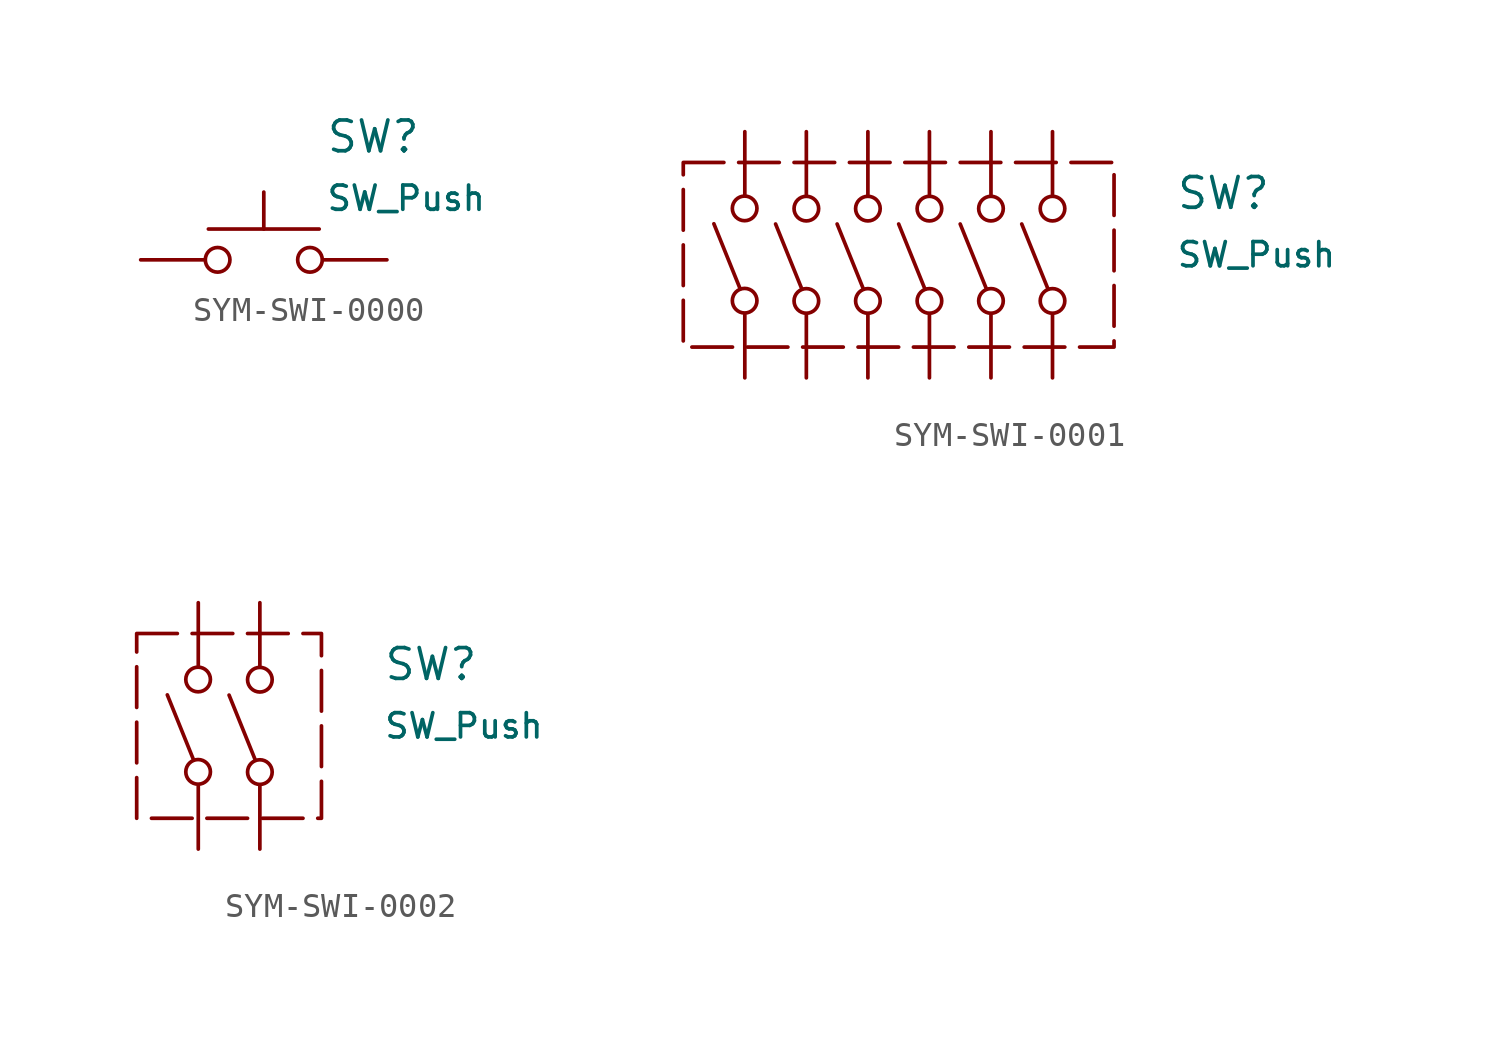
<source format=kicad_sym>
(kicad_symbol_lib
  (version 20241209)
  (generator "kicad_symbol_editor")
  (generator_version "9.0")
  (symbol "SYM-SWI-0000"
    (pin_numbers
      (hide yes))
    (pin_names
      (offset 1.016)
      (hide yes))
    (property "Reference" "SW"
      (at 2.54 5.08 0)
      (effects (font (size 1.27 1.27)) (justify left)))
    (property "Value" "SW_Push"
      (at 2.54 2.54 0)
      (effects (font (size 1 1)) (justify left)))
    (symbol "SYM-SWI-0000_0_1"
      (circle (center -1.905 0) (radius 0.508) (stroke (width 0) (type default)) (fill (type none)))
      (polyline (pts (xy 0 1.27) (xy 0 2.794)) (stroke (width 0) (type default)) (fill (type none)))
      (circle (center 1.905 0) (radius 0.508) (stroke (width 0) (type default)) (fill (type none)))
      (polyline (pts (xy 2.286 1.27) (xy -2.286 1.27)) (stroke (width 0) (type default)) (fill (type none))))
    (symbol "SYM-SWI-0000_1_1"
      (pin passive line (at -5.08 0 0) (length 2.6) (name "1" (effects (font (size 1.27 1.27)))) (number "1" (effects (font (size 1.27 1.27)))))
      (pin passive line (at 5.08 0 180) (length 2.6) (name "2" (effects (font (size 1.27 1.27)))) (number "2" (effects (font (size 1.27 1.27)))))))
  (symbol "SYM-SWI-0001"
    (pin_numbers
      (hide yes))
    (pin_names
      (offset 1.016)
      (hide yes))
    (property "Reference" "SW"
      (at 17.78 -2.54 0)
      (effects (font (size 1.27 1.27)) (justify left)))
    (property "Value" "SW_Push"
      (at 17.78 -5.08 0)
      (effects (font (size 1 1)) (justify left)))
    (symbol "SYM-SWI-0001_0_1"
      (polyline (pts (xy -0.192 -6.487) (xy -1.277 -3.801)) (stroke (width 0) (type default)) (fill (type none)))
      (circle (center -0.007 -3.166) (radius 0.508) (stroke (width 0) (type default)) (fill (type none)))
      (circle (center -0.007 -6.976) (radius 0.508) (stroke (width 0) (type default)) (fill (type none)))
      (polyline (pts (xy 2.355 -6.496) (xy 1.27 -3.81)) (stroke (width 0) (type default)) (fill (type none)))
      (circle (center 2.54 -3.175) (radius 0.508) (stroke (width 0) (type default)) (fill (type none)))
      (circle (center 2.54 -6.985) (radius 0.508) (stroke (width 0) (type default)) (fill (type none)))
      (polyline (pts (xy 4.895 -6.496) (xy 3.81 -3.81)) (stroke (width 0) (type default)) (fill (type none)))
      (circle (center 5.08 -3.175) (radius 0.508) (stroke (width 0) (type default)) (fill (type none)))
      (circle (center 5.08 -6.985) (radius 0.508) (stroke (width 0) (type default)) (fill (type none)))
      (polyline (pts (xy 7.435 -6.496) (xy 6.35 -3.81)) (stroke (width 0) (type default)) (fill (type none)))
      (circle (center 7.62 -3.175) (radius 0.508) (stroke (width 0) (type default)) (fill (type none)))
      (circle (center 7.62 -6.985) (radius 0.508) (stroke (width 0) (type default)) (fill (type none)))
      (polyline (pts (xy 9.975 -6.496) (xy 8.89 -3.81)) (stroke (width 0) (type default)) (fill (type none)))
      (circle (center 10.16 -3.175) (radius 0.508) (stroke (width 0) (type default)) (fill (type none)))
      (circle (center 10.16 -6.985) (radius 0.508) (stroke (width 0) (type default)) (fill (type none)))
      (polyline (pts (xy 12.515 -6.496) (xy 11.43 -3.81)) (stroke (width 0) (type default)) (fill (type none)))
      (circle (center 12.7 -3.175) (radius 0.508) (stroke (width 0) (type default)) (fill (type none)))
      (circle (center 12.7 -6.985) (radius 0.508) (stroke (width 0) (type default)) (fill (type none))))
    (symbol "SYM-SWI-0001_1_1"
      (rectangle (start -2.54 -1.27) (end 15.24 -8.89) (stroke (width 0) (type dash)) (fill (type none)))
      (pin passive line (at 0 0 270) (length 2.6) (name "12" (effects (font (size 1.27 1.27)))) (number "12" (effects (font (size 1.27 1.27)))))
      (pin passive line (at 0 -10.16 90) (length 2.6) (name "1" (effects (font (size 1.27 1.27)))) (number "1" (effects (font (size 1.27 1.27)))))
      (pin passive line (at 2.54 0 270) (length 2.6) (name "11" (effects (font (size 1.27 1.27)))) (number "11" (effects (font (size 1.27 1.27)))))
      (pin passive line (at 2.54 -10.16 90) (length 2.6) (name "2" (effects (font (size 1.27 1.27)))) (number "2" (effects (font (size 1.27 1.27)))))
      (pin passive line (at 5.08 0 270) (length 2.6) (name "10" (effects (font (size 1.27 1.27)))) (number "10" (effects (font (size 1.27 1.27)))))
      (pin passive line (at 5.08 -10.16 90) (length 2.6) (name "3" (effects (font (size 1.27 1.27)))) (number "3" (effects (font (size 1.27 1.27)))))
      (pin passive line (at 7.62 0 270) (length 2.6) (name "9" (effects (font (size 1.27 1.27)))) (number "9" (effects (font (size 1.27 1.27)))))
      (pin passive line (at 7.62 -10.16 90) (length 2.6) (name "4" (effects (font (size 1.27 1.27)))) (number "4" (effects (font (size 1.27 1.27)))))
      (pin passive line (at 10.16 0 270) (length 2.6) (name "8" (effects (font (size 1.27 1.27)))) (number "8" (effects (font (size 1.27 1.27)))))
      (pin passive line (at 10.16 -10.16 90) (length 2.6) (name "5" (effects (font (size 1.27 1.27)))) (number "5" (effects (font (size 1.27 1.27)))))
      (pin passive line (at 12.7 0 270) (length 2.6) (name "7" (effects (font (size 1.27 1.27)))) (number "7" (effects (font (size 1.27 1.27)))))
      (pin passive line (at 12.7 -10.16 90) (length 2.6) (name "6" (effects (font (size 1.27 1.27)))) (number "6" (effects (font (size 1.27 1.27)))))))
  (symbol "SYM-SWI-0002"
    (pin_numbers
      (hide yes))
    (pin_names
      (offset 1.016)
      (hide yes))
    (property "Reference" "SW"
      (at 7.62 -2.54 0)
      (effects (font (size 1.27 1.27)) (justify left)))
    (property "Value" "SW_Push"
      (at 7.62 -5.08 0)
      (effects (font (size 1 1)) (justify left)))
    (symbol "SYM-SWI-0002_0_1"
      (polyline (pts (xy -0.192 -6.487) (xy -1.277 -3.801)) (stroke (width 0) (type default)) (fill (type none)))
      (circle (center -0.007 -3.166) (radius 0.508) (stroke (width 0) (type default)) (fill (type none)))
      (circle (center -0.007 -6.976) (radius 0.508) (stroke (width 0) (type default)) (fill (type none)))
      (polyline (pts (xy 2.355 -6.496) (xy 1.27 -3.81)) (stroke (width 0) (type default)) (fill (type none)))
      (circle (center 2.54 -3.175) (radius 0.508) (stroke (width 0) (type default)) (fill (type none)))
      (circle (center 2.54 -6.985) (radius 0.508) (stroke (width 0) (type default)) (fill (type none))))
    (symbol "SYM-SWI-0002_1_1"
      (rectangle (start -2.54 -1.27) (end 5.08 -8.89) (stroke (width 0) (type dash)) (fill (type none)))
      (pin passive line (at 0 0 270) (length 2.6) (name "4" (effects (font (size 1.27 1.27)))) (number "4" (effects (font (size 1.27 1.27)))))
      (pin passive line (at 0 -10.16 90) (length 2.6) (name "1" (effects (font (size 1.27 1.27)))) (number "1" (effects (font (size 1.27 1.27)))))
      (pin passive line (at 2.54 0 270) (length 2.6) (name "3" (effects (font (size 1.27 1.27)))) (number "3" (effects (font (size 1.27 1.27)))))
      (pin passive line (at 2.54 -10.16 90) (length 2.6) (name "2" (effects (font (size 1.27 1.27)))) (number "2" (effects (font (size 1.27 1.27))))))))
</source>
